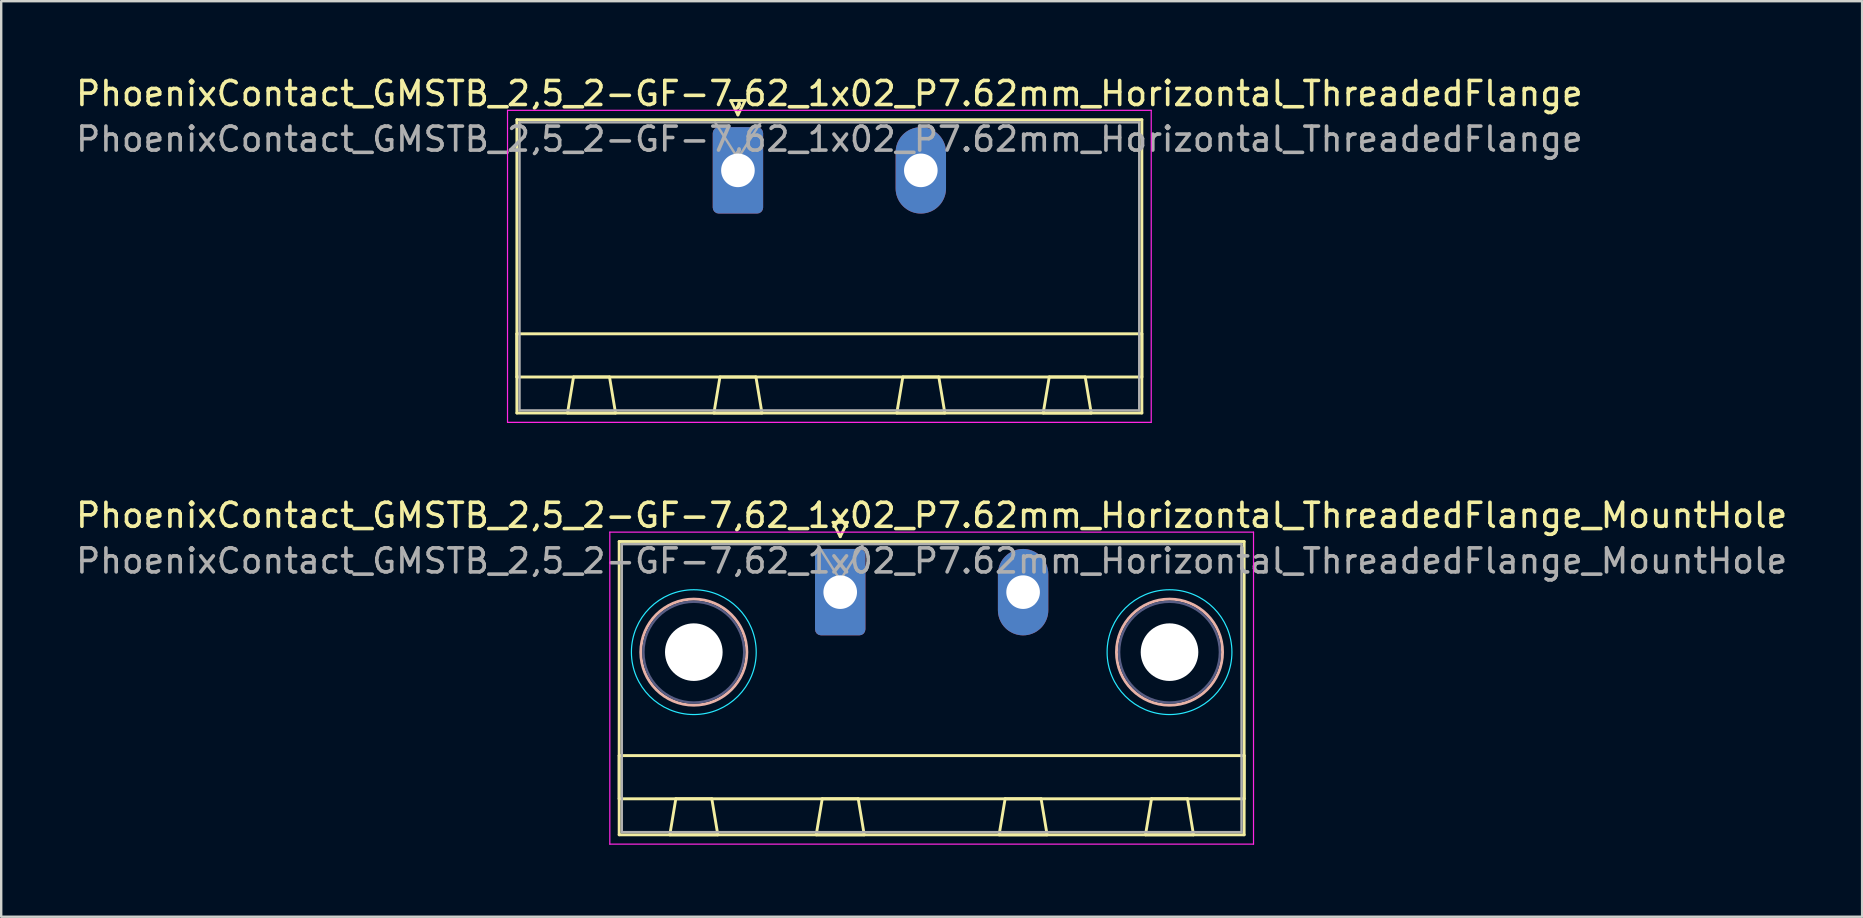
<source format=kicad_pcb>
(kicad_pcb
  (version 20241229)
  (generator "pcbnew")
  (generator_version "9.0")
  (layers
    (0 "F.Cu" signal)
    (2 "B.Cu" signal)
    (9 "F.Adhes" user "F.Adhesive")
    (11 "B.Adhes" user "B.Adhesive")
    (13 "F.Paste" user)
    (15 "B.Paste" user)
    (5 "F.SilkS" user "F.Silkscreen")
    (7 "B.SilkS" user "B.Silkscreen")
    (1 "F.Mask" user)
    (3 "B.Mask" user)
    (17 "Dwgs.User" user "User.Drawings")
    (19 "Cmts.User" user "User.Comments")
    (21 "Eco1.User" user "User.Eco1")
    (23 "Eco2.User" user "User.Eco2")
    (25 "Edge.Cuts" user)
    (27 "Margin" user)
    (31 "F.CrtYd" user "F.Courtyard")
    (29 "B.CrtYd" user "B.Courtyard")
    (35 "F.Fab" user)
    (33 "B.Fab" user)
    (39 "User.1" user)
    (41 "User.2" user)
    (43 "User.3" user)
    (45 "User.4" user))
  (footprint "PhoenixContact_GMSTB_2,5_2-GF-7,62_1x02_P7.62mm_Horizontal_ThreadedFlange_MountHole"
    (layer "F.Cu")
    (at 31.958 21.622)
    (property "Reference" "PhoenixContact_GMSTB_2,5_2-GF-7,62_1x02_P7.62mm_Horizontal_ThreadedFlange_MountHole" (at 3.81 -3.2 0) (layer "F.SilkS") (effects (font (size 1 1) (thickness 0.15))))
    (attr through_hole)
    (fp_line (start -9.21 -2.11) (end -9.21 10.11) (stroke (width 0.12) (type solid)) (layer "F.SilkS"))
    (fp_line (start -9.21 6.81) (end 16.83 6.81) (stroke (width 0.12) (type solid)) (layer "F.SilkS"))
    (fp_line (start -9.21 8.61) (end -9.21 6.81) (stroke (width 0.12) (type solid)) (layer "F.SilkS"))
    (fp_line (start -9.21 10.11) (end 16.83 10.11) (stroke (width 0.12) (type solid)) (layer "F.SilkS"))
    (fp_line (start -7.1 10.11) (end -5.1 10.11) (stroke (width 0.12) (type solid)) (layer "F.SilkS"))
    (fp_line (start -6.85 8.61) (end -7.1 10.11) (stroke (width 0.12) (type solid)) (layer "F.SilkS"))
    (fp_line (start -5.35 8.61) (end -6.85 8.61) (stroke (width 0.12) (type solid)) (layer "F.SilkS"))
    (fp_line (start -5.1 10.11) (end -5.35 8.61) (stroke (width 0.12) (type solid)) (layer "F.SilkS"))
    (fp_line (start -1 10.11) (end 1 10.11) (stroke (width 0.12) (type solid)) (layer "F.SilkS"))
    (fp_line (start -0.75 8.61) (end -1 10.11) (stroke (width 0.12) (type solid)) (layer "F.SilkS"))
    (fp_line (start -0.3 -2.91) (end 0.3 -2.91) (stroke (width 0.12) (type solid)) (layer "F.SilkS"))
    (fp_line (start 0 -2.31) (end -0.3 -2.91) (stroke (width 0.12) (type solid)) (layer "F.SilkS"))
    (fp_line (start 0.3 -2.91) (end 0 -2.31) (stroke (width 0.12) (type solid)) (layer "F.SilkS"))
    (fp_line (start 0.75 8.61) (end -0.75 8.61) (stroke (width 0.12) (type solid)) (layer "F.SilkS"))
    (fp_line (start 1 10.11) (end 0.75 8.61) (stroke (width 0.12) (type solid)) (layer "F.SilkS"))
    (fp_line (start 6.62 10.11) (end 8.62 10.11) (stroke (width 0.12) (type solid)) (layer "F.SilkS"))
    (fp_line (start 6.87 8.61) (end 6.62 10.11) (stroke (width 0.12) (type solid)) (layer "F.SilkS"))
    (fp_line (start 8.37 8.61) (end 6.87 8.61) (stroke (width 0.12) (type solid)) (layer "F.SilkS"))
    (fp_line (start 8.62 10.11) (end 8.37 8.61) (stroke (width 0.12) (type solid)) (layer "F.SilkS"))
    (fp_line (start 12.72 10.11) (end 14.72 10.11) (stroke (width 0.12) (type solid)) (layer "F.SilkS"))
    (fp_line (start 12.97 8.61) (end 12.72 10.11) (stroke (width 0.12) (type solid)) (layer "F.SilkS"))
    (fp_line (start 14.47 8.61) (end 12.97 8.61) (stroke (width 0.12) (type solid)) (layer "F.SilkS"))
    (fp_line (start 14.72 10.11) (end 14.47 8.61) (stroke (width 0.12) (type solid)) (layer "F.SilkS"))
    (fp_line (start 16.83 -2.11) (end -9.21 -2.11) (stroke (width 0.12) (type solid)) (layer "F.SilkS"))
    (fp_line (start 16.83 6.81) (end 16.83 8.61) (stroke (width 0.12) (type solid)) (layer "F.SilkS"))
    (fp_line (start 16.83 8.61) (end -9.21 8.61) (stroke (width 0.12) (type solid)) (layer "F.SilkS"))
    (fp_line (start 16.83 10.11) (end 16.83 -2.11) (stroke (width 0.12) (type solid)) (layer "F.SilkS"))
    (fp_circle (center -6.1 2.5) (end -3.89 2.5) (stroke (width 0.12) (type solid)) (fill no) (layer "B.SilkS"))
    (fp_circle (center 13.72 2.5) (end 15.93 2.5) (stroke (width 0.12) (type solid)) (fill no) (layer "B.SilkS"))
    (fp_circle (center -6.1 2.5) (end -3.5 2.5) (stroke (width 0.05) (type solid)) (fill no) (layer "B.CrtYd"))
    (fp_circle (center 13.72 2.5) (end 16.32 2.5) (stroke (width 0.05) (type solid)) (fill no) (layer "B.CrtYd"))
    (fp_line (start -9.6 -2.5) (end -9.6 10.5) (stroke (width 0.05) (type solid)) (layer "F.CrtYd"))
    (fp_line (start -9.6 10.5) (end 17.22 10.5) (stroke (width 0.05) (type solid)) (layer "F.CrtYd"))
    (fp_line (start 17.22 -2.5) (end -9.6 -2.5) (stroke (width 0.05) (type solid)) (layer "F.CrtYd"))
    (fp_line (start 17.22 10.5) (end 17.22 -2.5) (stroke (width 0.05) (type solid)) (layer "F.CrtYd"))
    (fp_circle (center -6.1 2.5) (end -4 2.5) (stroke (width 0.1) (type solid)) (fill no) (layer "B.Fab"))
    (fp_circle (center 13.72 2.5) (end 15.82 2.5) (stroke (width 0.1) (type solid)) (fill no) (layer "B.Fab"))
    (fp_line (start -9.1 -2) (end -9.1 10) (stroke (width 0.1) (type solid)) (layer "F.Fab"))
    (fp_line (start -9.1 10) (end 16.72 10) (stroke (width 0.1) (type solid)) (layer "F.Fab"))
    (fp_line (start 0 -0.5) (end -0.95 -2) (stroke (width 0.1) (type solid)) (layer "F.Fab"))
    (fp_line (start 0.95 -2) (end 0 -0.5) (stroke (width 0.1) (type solid)) (layer "F.Fab"))
    (fp_line (start 16.72 -2) (end -9.1 -2) (stroke (width 0.1) (type solid)) (layer "F.Fab"))
    (fp_line (start 16.72 10) (end 16.72 -2) (stroke (width 0.1) (type solid)) (layer "F.Fab"))
    (fp_text user "${REFERENCE}" (at 3.81 -1.3 0) (layer "F.Fab") (effects (font (size 1 1) (thickness 0.15))))
    (pad "" np_thru_hole circle (at -6.1 2.5) (size 2.4 2.4) (drill 2.4) (layers "*.Cu" "*.Mask"))
    (pad "" np_thru_hole circle (at 13.72 2.5) (size 2.4 2.4) (drill 2.4) (layers "*.Cu" "*.Mask"))
    (pad "1" thru_hole roundrect (at 0 0) (size 2.1 3.6) (drill 1.4) (layers "*.Cu" "*.Mask") (roundrect_rratio 0.119))
    (pad "2" thru_hole oval (at 7.62 0) (size 2.1 3.6) (drill 1.4) (layers "*.Cu" "*.Mask")))
  (footprint "PhoenixContact_GMSTB_2,5_2-GF-7,62_1x02_P7.62mm_Horizontal_ThreadedFlange"
    (layer "F.Cu")
    (at 27.696 4.048)
    (property "Reference" "PhoenixContact_GMSTB_2,5_2-GF-7,62_1x02_P7.62mm_Horizontal_ThreadedFlange" (at 3.81 -3.2 0) (layer "F.SilkS") (effects (font (size 1 1) (thickness 0.15))))
    (attr through_hole)
    (fp_line (start -9.21 -2.11) (end -9.21 10.11) (stroke (width 0.12) (type solid)) (layer "F.SilkS"))
    (fp_line (start -9.21 6.81) (end 16.83 6.81) (stroke (width 0.12) (type solid)) (layer "F.SilkS"))
    (fp_line (start -9.21 8.61) (end -9.21 6.81) (stroke (width 0.12) (type solid)) (layer "F.SilkS"))
    (fp_line (start -9.21 10.11) (end 16.83 10.11) (stroke (width 0.12) (type solid)) (layer "F.SilkS"))
    (fp_line (start -7.1 10.11) (end -5.1 10.11) (stroke (width 0.12) (type solid)) (layer "F.SilkS"))
    (fp_line (start -6.85 8.61) (end -7.1 10.11) (stroke (width 0.12) (type solid)) (layer "F.SilkS"))
    (fp_line (start -5.35 8.61) (end -6.85 8.61) (stroke (width 0.12) (type solid)) (layer "F.SilkS"))
    (fp_line (start -5.1 10.11) (end -5.35 8.61) (stroke (width 0.12) (type solid)) (layer "F.SilkS"))
    (fp_line (start -1 10.11) (end 1 10.11) (stroke (width 0.12) (type solid)) (layer "F.SilkS"))
    (fp_line (start -0.75 8.61) (end -1 10.11) (stroke (width 0.12) (type solid)) (layer "F.SilkS"))
    (fp_line (start -0.3 -2.91) (end 0.3 -2.91) (stroke (width 0.12) (type solid)) (layer "F.SilkS"))
    (fp_line (start 0 -2.31) (end -0.3 -2.91) (stroke (width 0.12) (type solid)) (layer "F.SilkS"))
    (fp_line (start 0.3 -2.91) (end 0 -2.31) (stroke (width 0.12) (type solid)) (layer "F.SilkS"))
    (fp_line (start 0.75 8.61) (end -0.75 8.61) (stroke (width 0.12) (type solid)) (layer "F.SilkS"))
    (fp_line (start 1 10.11) (end 0.75 8.61) (stroke (width 0.12) (type solid)) (layer "F.SilkS"))
    (fp_line (start 6.62 10.11) (end 8.62 10.11) (stroke (width 0.12) (type solid)) (layer "F.SilkS"))
    (fp_line (start 6.87 8.61) (end 6.62 10.11) (stroke (width 0.12) (type solid)) (layer "F.SilkS"))
    (fp_line (start 8.37 8.61) (end 6.87 8.61) (stroke (width 0.12) (type solid)) (layer "F.SilkS"))
    (fp_line (start 8.62 10.11) (end 8.37 8.61) (stroke (width 0.12) (type solid)) (layer "F.SilkS"))
    (fp_line (start 12.72 10.11) (end 14.72 10.11) (stroke (width 0.12) (type solid)) (layer "F.SilkS"))
    (fp_line (start 12.97 8.61) (end 12.72 10.11) (stroke (width 0.12) (type solid)) (layer "F.SilkS"))
    (fp_line (start 14.47 8.61) (end 12.97 8.61) (stroke (width 0.12) (type solid)) (layer "F.SilkS"))
    (fp_line (start 14.72 10.11) (end 14.47 8.61) (stroke (width 0.12) (type solid)) (layer "F.SilkS"))
    (fp_line (start 16.83 -2.11) (end -9.21 -2.11) (stroke (width 0.12) (type solid)) (layer "F.SilkS"))
    (fp_line (start 16.83 6.81) (end 16.83 8.61) (stroke (width 0.12) (type solid)) (layer "F.SilkS"))
    (fp_line (start 16.83 8.61) (end -9.21 8.61) (stroke (width 0.12) (type solid)) (layer "F.SilkS"))
    (fp_line (start 16.83 10.11) (end 16.83 -2.11) (stroke (width 0.12) (type solid)) (layer "F.SilkS"))
    (fp_line (start -9.6 -2.5) (end -9.6 10.5) (stroke (width 0.05) (type solid)) (layer "F.CrtYd"))
    (fp_line (start -9.6 10.5) (end 17.22 10.5) (stroke (width 0.05) (type solid)) (layer "F.CrtYd"))
    (fp_line (start 17.22 -2.5) (end -9.6 -2.5) (stroke (width 0.05) (type solid)) (layer "F.CrtYd"))
    (fp_line (start 17.22 10.5) (end 17.22 -2.5) (stroke (width 0.05) (type solid)) (layer "F.CrtYd"))
    (fp_line (start -9.1 -2) (end -9.1 10) (stroke (width 0.1) (type solid)) (layer "F.Fab"))
    (fp_line (start -9.1 10) (end 16.72 10) (stroke (width 0.1) (type solid)) (layer "F.Fab"))
    (fp_line (start 0 -0.5) (end -0.95 -2) (stroke (width 0.1) (type solid)) (layer "F.Fab"))
    (fp_line (start 0.95 -2) (end 0 -0.5) (stroke (width 0.1) (type solid)) (layer "F.Fab"))
    (fp_line (start 16.72 -2) (end -9.1 -2) (stroke (width 0.1) (type solid)) (layer "F.Fab"))
    (fp_line (start 16.72 10) (end 16.72 -2) (stroke (width 0.1) (type solid)) (layer "F.Fab"))
    (fp_text user "${REFERENCE}" (at 3.81 -1.3 0) (layer "F.Fab") (effects (font (size 1 1) (thickness 0.15))))
    (pad "1" thru_hole roundrect (at 0 0) (size 2.1 3.6) (drill 1.4) (layers "*.Cu" "*.Mask") (roundrect_rratio 0.119))
    (pad "2" thru_hole oval (at 7.62 0) (size 2.1 3.6) (drill 1.4) (layers "*.Cu" "*.Mask")))
  (gr_rect
    (start -3 -3)
    (end 74.536 35.147)
    (stroke (width 0.1) (type default))
    (fill no)
    (layer "Edge.Cuts")))
</source>
